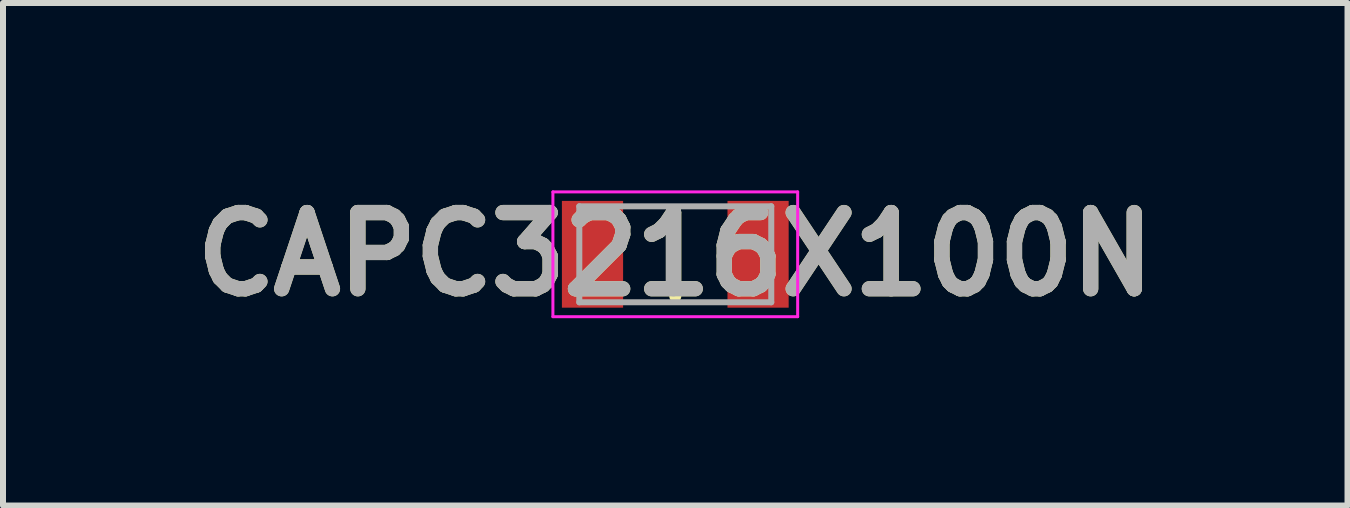
<source format=kicad_pcb>
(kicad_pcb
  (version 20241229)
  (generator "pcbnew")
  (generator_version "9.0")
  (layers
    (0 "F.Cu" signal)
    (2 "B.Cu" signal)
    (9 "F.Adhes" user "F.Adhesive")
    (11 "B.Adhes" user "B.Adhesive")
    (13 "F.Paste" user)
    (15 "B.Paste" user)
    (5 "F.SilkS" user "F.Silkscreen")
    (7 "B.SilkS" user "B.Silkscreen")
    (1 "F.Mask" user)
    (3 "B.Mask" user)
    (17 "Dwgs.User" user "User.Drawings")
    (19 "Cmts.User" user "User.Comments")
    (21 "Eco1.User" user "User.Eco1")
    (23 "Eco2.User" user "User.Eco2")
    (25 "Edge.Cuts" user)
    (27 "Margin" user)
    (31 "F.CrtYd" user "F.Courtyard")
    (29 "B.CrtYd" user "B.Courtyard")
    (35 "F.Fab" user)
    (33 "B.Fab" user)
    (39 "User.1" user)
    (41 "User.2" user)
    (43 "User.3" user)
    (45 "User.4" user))
  (footprint "CAPC3216X100N"
    (layer "F.Cu")
    (at 8.207 1.189)
    (property "Reference" "CAPC3216X100N" (at 0 0 0) (layer "F.SilkS") (effects (font (size 1.27 1.27) (thickness 0.254))))
    (attr smd)
    (fp_line (start 0 -0.7) (end 0 0.7) (stroke (width 0.2) (type solid)) (layer "F.SilkS"))
    (fp_line (start -2.04 -1.04) (end 2.04 -1.04) (stroke (width 0.05) (type solid)) (layer "F.CrtYd"))
    (fp_line (start -2.04 1.04) (end -2.04 -1.04) (stroke (width 0.05) (type solid)) (layer "F.CrtYd"))
    (fp_line (start 2.04 -1.04) (end 2.04 1.04) (stroke (width 0.05) (type solid)) (layer "F.CrtYd"))
    (fp_line (start 2.04 1.04) (end -2.04 1.04) (stroke (width 0.05) (type solid)) (layer "F.CrtYd"))
    (fp_line (start -1.6 -0.8) (end 1.6 -0.8) (stroke (width 0.1) (type solid)) (layer "F.Fab"))
    (fp_line (start -1.6 0.8) (end -1.6 -0.8) (stroke (width 0.1) (type solid)) (layer "F.Fab"))
    (fp_line (start 1.6 -0.8) (end 1.6 0.8) (stroke (width 0.1) (type solid)) (layer "F.Fab"))
    (fp_line (start 1.6 0.8) (end -1.6 0.8) (stroke (width 0.1) (type solid)) (layer "F.Fab"))
    (fp_text user "${REFERENCE}" (at 0 0 0) (layer "F.Fab") (effects (font (size 1.27 1.27) (thickness 0.254))))
    (pad "1" smd rect (at -1.38 0) (size 1.02 1.78) (layers "F.Cu" "F.Mask" "F.Paste"))
    (pad "2" smd rect (at 1.38 0) (size 1.02 1.78) (layers "F.Cu" "F.Mask" "F.Paste")))
  (gr_rect
    (start -3 -3)
    (end 19.413 5.377)
    (stroke (width 0.1) (type default))
    (fill no)
    (layer "Edge.Cuts")))
</source>
